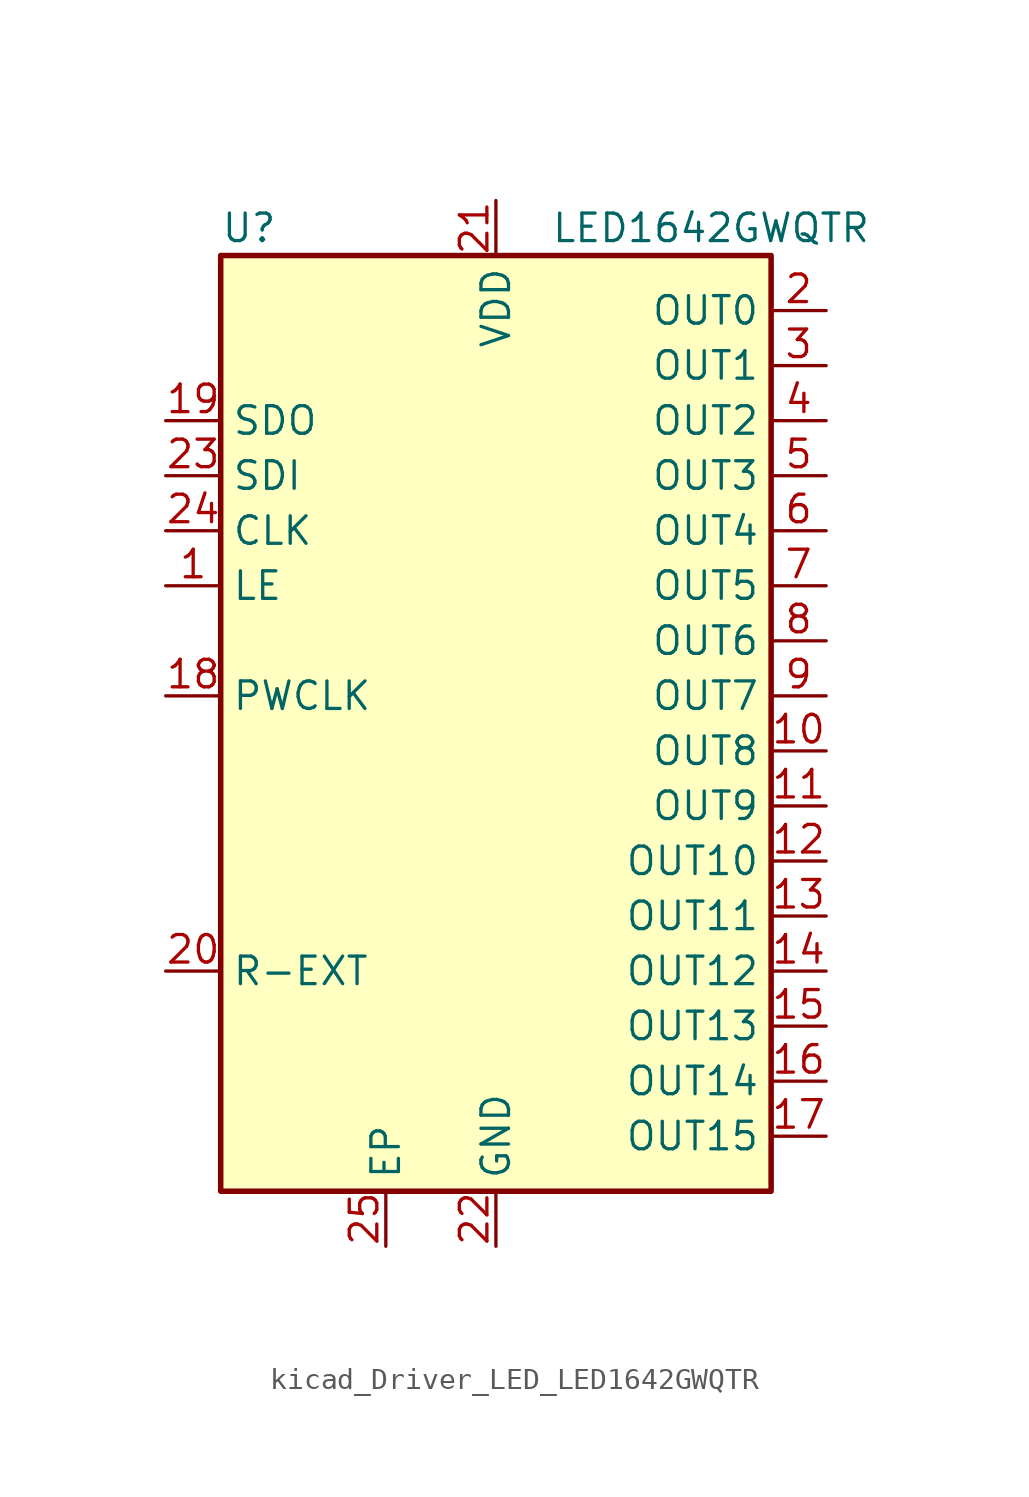
<source format=kicad_sym>
(kicad_symbol_lib
  (version 20220914)
  (generator kicad_symbol_editor)
  (symbol "kicad_Driver_LED_LED1642GWQTR"
    (property "Reference" "U"
      (at -12.7 21.59 0)
      (effects (font (size 1.27 1.27)) (justify left)))
    (property "Value" "LED1642GWQTR"
      (at 2.54 21.59 0)
      (effects (font (size 1.27 1.27)) (justify left)))
    (symbol "kicad_Driver_LED_LED1642GWQTR_0_1"
      (rectangle (start -12.7 20.32) (end 12.7 -22.86) (stroke (width 0.254) (type default)) (fill (type background))))
    (symbol "kicad_Driver_LED_LED1642GWQTR_1_1"
      (pin input line (at -15.24 5.08 0) (length 2.54) (name "LE" (effects (font (size 1.27 1.27)))) (number "1" (effects (font (size 1.27 1.27)))))
      (pin output line (at 15.24 -2.54 180) (length 2.54) (name "OUT8" (effects (font (size 1.27 1.27)))) (number "10" (effects (font (size 1.27 1.27)))))
      (pin output line (at 15.24 -5.08 180) (length 2.54) (name "OUT9" (effects (font (size 1.27 1.27)))) (number "11" (effects (font (size 1.27 1.27)))))
      (pin output line (at 15.24 -7.62 180) (length 2.54) (name "OUT10" (effects (font (size 1.27 1.27)))) (number "12" (effects (font (size 1.27 1.27)))))
      (pin output line (at 15.24 -10.16 180) (length 2.54) (name "OUT11" (effects (font (size 1.27 1.27)))) (number "13" (effects (font (size 1.27 1.27)))))
      (pin output line (at 15.24 -12.7 180) (length 2.54) (name "OUT12" (effects (font (size 1.27 1.27)))) (number "14" (effects (font (size 1.27 1.27)))))
      (pin output line (at 15.24 -15.24 180) (length 2.54) (name "OUT13" (effects (font (size 1.27 1.27)))) (number "15" (effects (font (size 1.27 1.27)))))
      (pin output line (at 15.24 -17.78 180) (length 2.54) (name "OUT14" (effects (font (size 1.27 1.27)))) (number "16" (effects (font (size 1.27 1.27)))))
      (pin output line (at 15.24 -20.32 180) (length 2.54) (name "OUT15" (effects (font (size 1.27 1.27)))) (number "17" (effects (font (size 1.27 1.27)))))
      (pin input line (at -15.24 0 0) (length 2.54) (name "PWCLK" (effects (font (size 1.27 1.27)))) (number "18" (effects (font (size 1.27 1.27)))))
      (pin output line (at -15.24 12.7 0) (length 2.54) (name "SDO" (effects (font (size 1.27 1.27)))) (number "19" (effects (font (size 1.27 1.27)))))
      (pin output line (at 15.24 17.78 180) (length 2.54) (name "OUT0" (effects (font (size 1.27 1.27)))) (number "2" (effects (font (size 1.27 1.27)))))
      (pin passive line (at -15.24 -12.7 0) (length 2.54) (name "R-EXT" (effects (font (size 1.27 1.27)))) (number "20" (effects (font (size 1.27 1.27)))))
      (pin power_in line (at 0 22.86 270) (length 2.54) (name "VDD" (effects (font (size 1.27 1.27)))) (number "21" (effects (font (size 1.27 1.27)))))
      (pin power_in line (at 0 -25.4 90) (length 2.54) (name "GND" (effects (font (size 1.27 1.27)))) (number "22" (effects (font (size 1.27 1.27)))))
      (pin input line (at -15.24 10.16 0) (length 2.54) (name "SDI" (effects (font (size 1.27 1.27)))) (number "23" (effects (font (size 1.27 1.27)))))
      (pin input line (at -15.24 7.62 0) (length 2.54) (name "CLK" (effects (font (size 1.27 1.27)))) (number "24" (effects (font (size 1.27 1.27)))))
      (pin passive line (at -5.08 -25.4 90) (length 2.54) (name "EP" (effects (font (size 1.27 1.27)))) (number "25" (effects (font (size 1.27 1.27)))))
      (pin output line (at 15.24 15.24 180) (length 2.54) (name "OUT1" (effects (font (size 1.27 1.27)))) (number "3" (effects (font (size 1.27 1.27)))))
      (pin output line (at 15.24 12.7 180) (length 2.54) (name "OUT2" (effects (font (size 1.27 1.27)))) (number "4" (effects (font (size 1.27 1.27)))))
      (pin output line (at 15.24 10.16 180) (length 2.54) (name "OUT3" (effects (font (size 1.27 1.27)))) (number "5" (effects (font (size 1.27 1.27)))))
      (pin output line (at 15.24 7.62 180) (length 2.54) (name "OUT4" (effects (font (size 1.27 1.27)))) (number "6" (effects (font (size 1.27 1.27)))))
      (pin output line (at 15.24 5.08 180) (length 2.54) (name "OUT5" (effects (font (size 1.27 1.27)))) (number "7" (effects (font (size 1.27 1.27)))))
      (pin output line (at 15.24 2.54 180) (length 2.54) (name "OUT6" (effects (font (size 1.27 1.27)))) (number "8" (effects (font (size 1.27 1.27)))))
      (pin output line (at 15.24 0 180) (length 2.54) (name "OUT7" (effects (font (size 1.27 1.27)))) (number "9" (effects (font (size 1.27 1.27))))))))
</source>
